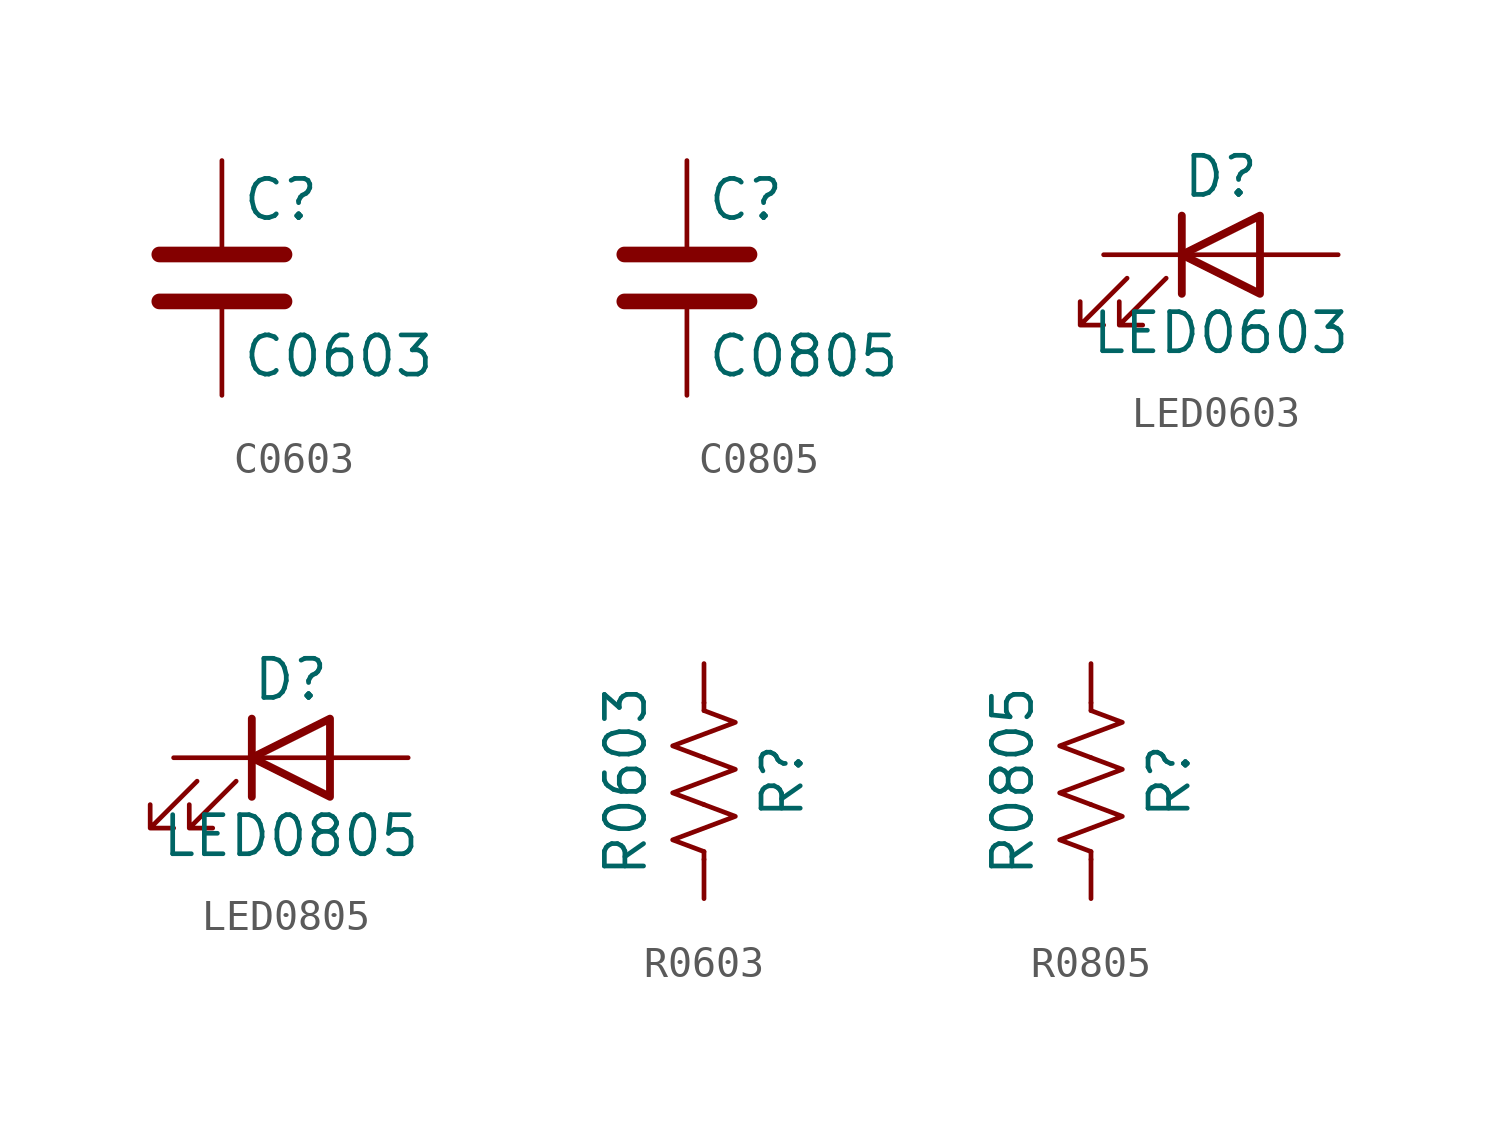
<source format=kicad_sym>
(kicad_symbol_lib
  (version 20211014)
  (generator kicad_symbol_editor)
  (symbol "C0603"
    (pin_numbers hide)
    (pin_names
      (offset 0.254))
    (property "Reference" "C"
      (at 0.635 2.54 0)
      (effects (font (size 1.27 1.27)) (justify left)))
    (property "Value" "C0603"
      (at 0.635 -2.54 0)
      (effects (font (size 1.27 1.27)) (justify left)))
    (symbol "C0603_0_1"
      (polyline (pts (xy -2.032 -0.762) (xy 2.032 -0.762)) (stroke (width 0.508) (type default) (color 0 0 0 0)) (fill (type none)))
      (polyline (pts (xy -2.032 0.762) (xy 2.032 0.762)) (stroke (width 0.508) (type default) (color 0 0 0 0)) (fill (type none))))
    (symbol "C0603_1_1"
      (pin passive line (at 0 3.81 270) (length 2.794) (name "~" (effects (font (size 1.27 1.27)))) (number "1" (effects (font (size 1.27 1.27)))))
      (pin passive line (at 0 -3.81 90) (length 2.794) (name "~" (effects (font (size 1.27 1.27)))) (number "2" (effects (font (size 1.27 1.27)))))))
  (symbol "C0805"
    (pin_numbers hide)
    (pin_names
      (offset 0.254))
    (property "Reference" "C"
      (at 0.635 2.54 0)
      (effects (font (size 1.27 1.27)) (justify left)))
    (property "Value" "C0805"
      (at 0.635 -2.54 0)
      (effects (font (size 1.27 1.27)) (justify left)))
    (symbol "C0805_0_1"
      (polyline (pts (xy -2.032 -0.762) (xy 2.032 -0.762)) (stroke (width 0.508) (type default) (color 0 0 0 0)) (fill (type none)))
      (polyline (pts (xy -2.032 0.762) (xy 2.032 0.762)) (stroke (width 0.508) (type default) (color 0 0 0 0)) (fill (type none))))
    (symbol "C0805_1_1"
      (pin passive line (at 0 3.81 270) (length 2.794) (name "~" (effects (font (size 1.27 1.27)))) (number "1" (effects (font (size 1.27 1.27)))))
      (pin passive line (at 0 -3.81 90) (length 2.794) (name "~" (effects (font (size 1.27 1.27)))) (number "2" (effects (font (size 1.27 1.27)))))))
  (symbol "LED0603"
    (pin_numbers hide)
    (pin_names
      (offset 1.016) hide)
    (property "Reference" "D"
      (at 0 2.54 0)
      (effects (font (size 1.27 1.27))))
    (property "Value" "LED0603"
      (at 0 -2.54 0)
      (effects (font (size 1.27 1.27))))
    (symbol "LED0603_0_1"
      (polyline (pts (xy -1.27 -1.27) (xy -1.27 1.27)) (stroke (width 0.254) (type default) (color 0 0 0 0)) (fill (type none)))
      (polyline (pts (xy -1.27 0) (xy 1.27 0)) (stroke (width 0) (type default) (color 0 0 0 0)) (fill (type none)))
      (polyline (pts (xy 1.27 -1.27) (xy 1.27 1.27) (xy -1.27 0) (xy 1.27 -1.27)) (stroke (width 0.254) (type default) (color 0 0 0 0)) (fill (type none)))
      (polyline (pts (xy -3.048 -0.762) (xy -4.572 -2.286) (xy -3.81 -2.286) (xy -4.572 -2.286) (xy -4.572 -1.524)) (stroke (width 0) (type default) (color 0 0 0 0)) (fill (type none)))
      (polyline (pts (xy -1.778 -0.762) (xy -3.302 -2.286) (xy -2.54 -2.286) (xy -3.302 -2.286) (xy -3.302 -1.524)) (stroke (width 0) (type default) (color 0 0 0 0)) (fill (type none))))
    (symbol "LED0603_1_1"
      (pin passive line (at -3.81 0 0) (length 2.54) (name "K" (effects (font (size 1.27 1.27)))) (number "1" (effects (font (size 1.27 1.27)))))
      (pin passive line (at 3.81 0 180) (length 2.54) (name "A" (effects (font (size 1.27 1.27)))) (number "2" (effects (font (size 1.27 1.27)))))))
  (symbol "LED0805"
    (pin_numbers hide)
    (pin_names
      (offset 1.016) hide)
    (property "Reference" "D"
      (at 0 2.54 0)
      (effects (font (size 1.27 1.27))))
    (property "Value" "LED0805"
      (at 0 -2.54 0)
      (effects (font (size 1.27 1.27))))
    (symbol "LED0805_0_1"
      (polyline (pts (xy -1.27 -1.27) (xy -1.27 1.27)) (stroke (width 0.254) (type default) (color 0 0 0 0)) (fill (type none)))
      (polyline (pts (xy -1.27 0) (xy 1.27 0)) (stroke (width 0) (type default) (color 0 0 0 0)) (fill (type none)))
      (polyline (pts (xy 1.27 -1.27) (xy 1.27 1.27) (xy -1.27 0) (xy 1.27 -1.27)) (stroke (width 0.254) (type default) (color 0 0 0 0)) (fill (type none)))
      (polyline (pts (xy -3.048 -0.762) (xy -4.572 -2.286) (xy -3.81 -2.286) (xy -4.572 -2.286) (xy -4.572 -1.524)) (stroke (width 0) (type default) (color 0 0 0 0)) (fill (type none)))
      (polyline (pts (xy -1.778 -0.762) (xy -3.302 -2.286) (xy -2.54 -2.286) (xy -3.302 -2.286) (xy -3.302 -1.524)) (stroke (width 0) (type default) (color 0 0 0 0)) (fill (type none))))
    (symbol "LED0805_1_1"
      (pin passive line (at -3.81 0 0) (length 2.54) (name "K" (effects (font (size 1.27 1.27)))) (number "1" (effects (font (size 1.27 1.27)))))
      (pin passive line (at 3.81 0 180) (length 2.54) (name "A" (effects (font (size 1.27 1.27)))) (number "2" (effects (font (size 1.27 1.27)))))))
  (symbol "R0603"
    (pin_numbers hide)
    (pin_names
      (offset 0))
    (property "Reference" "R"
      (at 2.54 0 90)
      (effects (font (size 1.27 1.27))))
    (property "Value" "R0603"
      (at -2.54 0 90)
      (effects (font (size 1.27 1.27))))
    (symbol "R0603_0_1"
      (polyline (pts (xy 0 -2.286) (xy 0 -2.54)) (stroke (width 0) (type default) (color 0 0 0 0)) (fill (type none)))
      (polyline (pts (xy 0 2.286) (xy 0 2.54)) (stroke (width 0) (type default) (color 0 0 0 0)) (fill (type none)))
      (polyline (pts (xy 0 -0.762) (xy 1.016 -1.143) (xy 0 -1.524) (xy -1.016 -1.905) (xy 0 -2.286)) (stroke (width 0) (type default) (color 0 0 0 0)) (fill (type none)))
      (polyline (pts (xy 0 0.762) (xy 1.016 0.381) (xy 0 0) (xy -1.016 -0.381) (xy 0 -0.762)) (stroke (width 0) (type default) (color 0 0 0 0)) (fill (type none)))
      (polyline (pts (xy 0 2.286) (xy 1.016 1.905) (xy 0 1.524) (xy -1.016 1.143) (xy 0 0.762)) (stroke (width 0) (type default) (color 0 0 0 0)) (fill (type none))))
    (symbol "R0603_1_1"
      (pin passive line (at 0 3.81 270) (length 1.27) (name "~" (effects (font (size 1.27 1.27)))) (number "1" (effects (font (size 1.27 1.27)))))
      (pin passive line (at 0 -3.81 90) (length 1.27) (name "~" (effects (font (size 1.27 1.27)))) (number "2" (effects (font (size 1.27 1.27)))))))
  (symbol "R0805"
    (pin_numbers hide)
    (pin_names
      (offset 0))
    (property "Reference" "R"
      (at 2.54 0 90)
      (effects (font (size 1.27 1.27))))
    (property "Value" "R0805"
      (at -2.54 0 90)
      (effects (font (size 1.27 1.27))))
    (symbol "R0805_0_1"
      (polyline (pts (xy 0 -2.286) (xy 0 -2.54)) (stroke (width 0) (type default) (color 0 0 0 0)) (fill (type none)))
      (polyline (pts (xy 0 2.286) (xy 0 2.54)) (stroke (width 0) (type default) (color 0 0 0 0)) (fill (type none)))
      (polyline (pts (xy 0 -0.762) (xy 1.016 -1.143) (xy 0 -1.524) (xy -1.016 -1.905) (xy 0 -2.286)) (stroke (width 0) (type default) (color 0 0 0 0)) (fill (type none)))
      (polyline (pts (xy 0 0.762) (xy 1.016 0.381) (xy 0 0) (xy -1.016 -0.381) (xy 0 -0.762)) (stroke (width 0) (type default) (color 0 0 0 0)) (fill (type none)))
      (polyline (pts (xy 0 2.286) (xy 1.016 1.905) (xy 0 1.524) (xy -1.016 1.143) (xy 0 0.762)) (stroke (width 0) (type default) (color 0 0 0 0)) (fill (type none))))
    (symbol "R0805_1_1"
      (pin passive line (at 0 3.81 270) (length 1.27) (name "~" (effects (font (size 1.27 1.27)))) (number "1" (effects (font (size 1.27 1.27)))))
      (pin passive line (at 0 -3.81 90) (length 1.27) (name "~" (effects (font (size 1.27 1.27)))) (number "2" (effects (font (size 1.27 1.27))))))))
</source>
